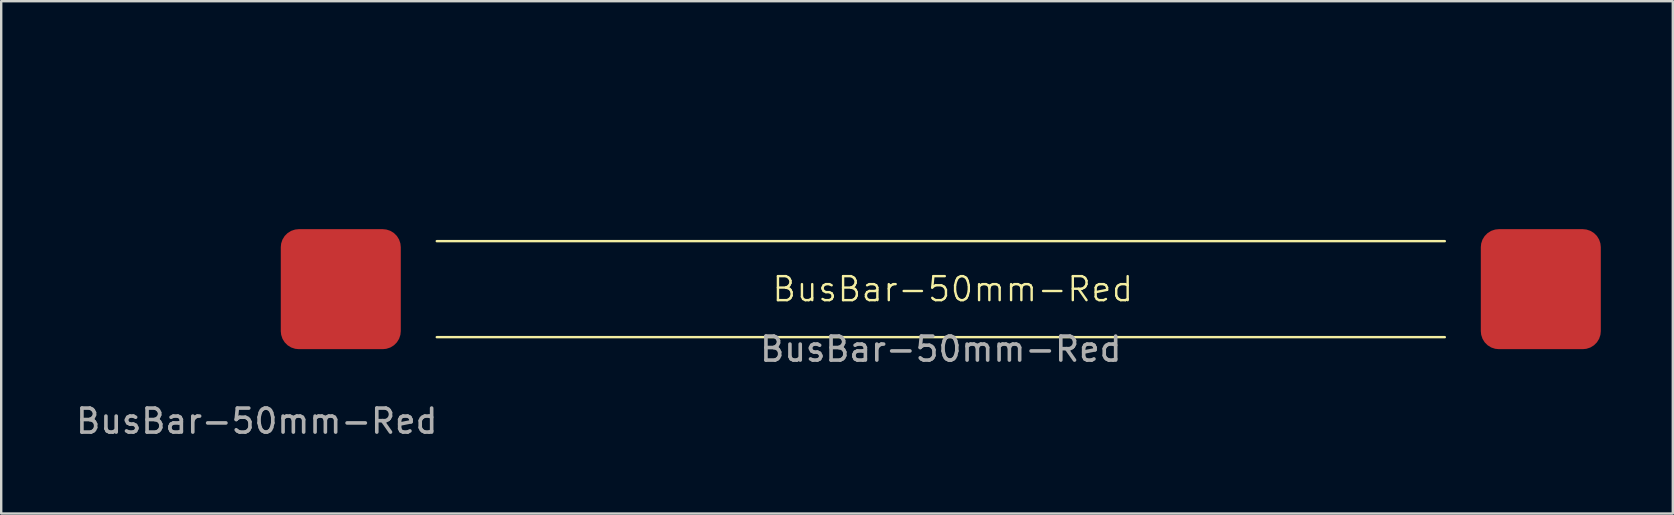
<source format=kicad_pcb>
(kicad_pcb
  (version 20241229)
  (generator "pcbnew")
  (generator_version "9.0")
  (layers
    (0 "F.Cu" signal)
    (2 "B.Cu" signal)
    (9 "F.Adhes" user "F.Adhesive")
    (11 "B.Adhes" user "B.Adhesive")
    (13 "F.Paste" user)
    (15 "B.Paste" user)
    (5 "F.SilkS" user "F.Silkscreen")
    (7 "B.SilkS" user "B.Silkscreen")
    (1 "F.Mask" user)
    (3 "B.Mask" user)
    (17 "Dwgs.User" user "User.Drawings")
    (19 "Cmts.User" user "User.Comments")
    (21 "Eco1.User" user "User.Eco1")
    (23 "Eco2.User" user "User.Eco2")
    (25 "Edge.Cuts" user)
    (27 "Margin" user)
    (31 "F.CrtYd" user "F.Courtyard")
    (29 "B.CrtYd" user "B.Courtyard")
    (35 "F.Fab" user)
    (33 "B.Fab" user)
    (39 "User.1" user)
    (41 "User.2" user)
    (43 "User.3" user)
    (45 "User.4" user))
  (footprint "BusBar-50mm-Red"
    (layer "F.Cu")
    (at 7.649 11.998)
    (property "Reference" "BusBar-50mm-Red" (at 29 -3 0) (unlocked yes) (layer "F.SilkS") (effects (font (size 1 1) (thickness 0.1))))
    (attr smd)
    (fp_line (start 49.5 -5) (end 7.5 -5) (stroke (width 0.1) (type default)) (layer "F.SilkS"))
    (fp_line (start 49.5 -1) (end 7.5 -1) (stroke (width 0.1) (type default)) (layer "F.SilkS"))
    (fp_text user "${REFERENCE}" (at 28.5 -0.5 0) (unlocked yes) (layer "F.Fab") (effects (font (size 1 1) (thickness 0.15))))
    (fp_text user "${REFERENCE}" (at 0 2.5 0) (unlocked yes) (layer "F.Fab") (effects (font (size 1 1) (thickness 0.15))))
    (dimension (type orthogonal) (layer "User.1") (pts (xy 13.649 8.998) (xy 58.649 8.998)) (height -7) (orientation 0) (format (prefix "") (suffix "") (units 3) (units_format 0) (precision 4) (suppress_zeroes yes)) (style (thickness 0.1) (arrow_length 1.27) (text_position_mode 0) (arrow_direction outward) (extension_height 0.586) (extension_offset 0.5) (keep_text_aligned yes)) (gr_text "45" (at 36.149 0.848 0) (layer "User.1") (effects (font (size 1 1) (thickness 0.15)))))
    (pad "1" smd roundrect (at 3.5 -3) (size 5 5) (layers "F.Cu" "F.Mask" "F.Paste") (roundrect_rratio 0.15))
    (pad "2" smd roundrect (at 53.5 -3) (size 5 5) (layers "F.Cu" "F.Mask" "F.Paste") (roundrect_rratio 0.15)))
  (gr_rect
    (start -3 -3)
    (end 66.649 18.346)
    (stroke (width 0.1) (type default))
    (fill no)
    (layer "Edge.Cuts")))
</source>
